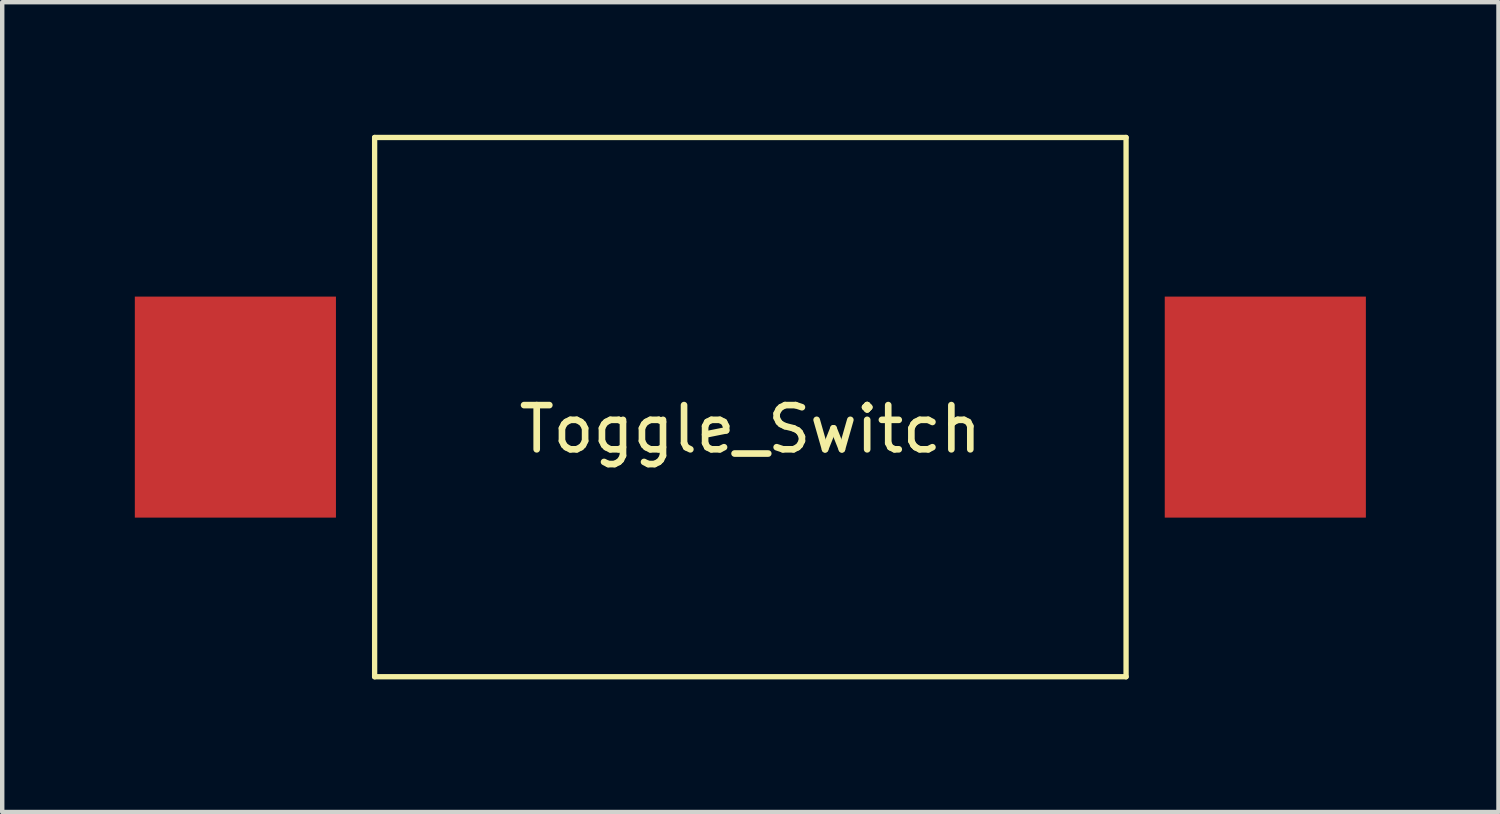
<source format=kicad_pcb>
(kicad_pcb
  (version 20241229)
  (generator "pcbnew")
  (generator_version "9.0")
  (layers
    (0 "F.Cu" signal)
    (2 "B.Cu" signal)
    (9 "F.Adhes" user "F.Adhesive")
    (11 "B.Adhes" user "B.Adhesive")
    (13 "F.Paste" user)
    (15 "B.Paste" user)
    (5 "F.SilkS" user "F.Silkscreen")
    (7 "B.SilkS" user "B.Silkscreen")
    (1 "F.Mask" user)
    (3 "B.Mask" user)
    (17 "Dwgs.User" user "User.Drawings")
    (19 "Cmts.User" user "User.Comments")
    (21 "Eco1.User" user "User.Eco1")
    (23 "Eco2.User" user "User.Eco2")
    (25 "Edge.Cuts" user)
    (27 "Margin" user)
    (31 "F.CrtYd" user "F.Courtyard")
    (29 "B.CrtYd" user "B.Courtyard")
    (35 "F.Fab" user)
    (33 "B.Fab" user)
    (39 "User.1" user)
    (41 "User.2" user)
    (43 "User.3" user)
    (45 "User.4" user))
  (footprint "Toggle_Switch"
    (layer "F.Cu")
    (at 13.925 6.16)
    (property "Reference" "Toggle_Switch" (at 0 0.5 0) (layer "F.SilkS") (effects (font (size 1 1) (thickness 0.15))))
    (attr through_hole)
    (fp_line (start -8.5 -6.1) (end -8.5 6.1) (stroke (width 0.12) (type solid)) (layer "F.SilkS"))
    (fp_line (start -8.5 -6.1) (end 8.5 -6.1) (stroke (width 0.12) (type solid)) (layer "F.SilkS"))
    (fp_line (start -8.5 6.1) (end 8.5 6.1) (stroke (width 0.12) (type solid)) (layer "F.SilkS"))
    (fp_line (start 8.5 -6.1) (end 8.5 6.1) (stroke (width 0.12) (type solid)) (layer "F.SilkS"))
    (pad "1" smd rect (at -11.65 0) (size 4.55 5) (layers "F.Cu" "F.Mask" "F.Paste"))
    (pad "2" smd rect (at 11.65 0) (size 4.55 5) (layers "F.Cu" "F.Mask" "F.Paste")))
  (gr_rect
    (start -3 -3)
    (end 30.85 15.32)
    (stroke (width 0.1) (type default))
    (fill no)
    (layer "Edge.Cuts")))
</source>
